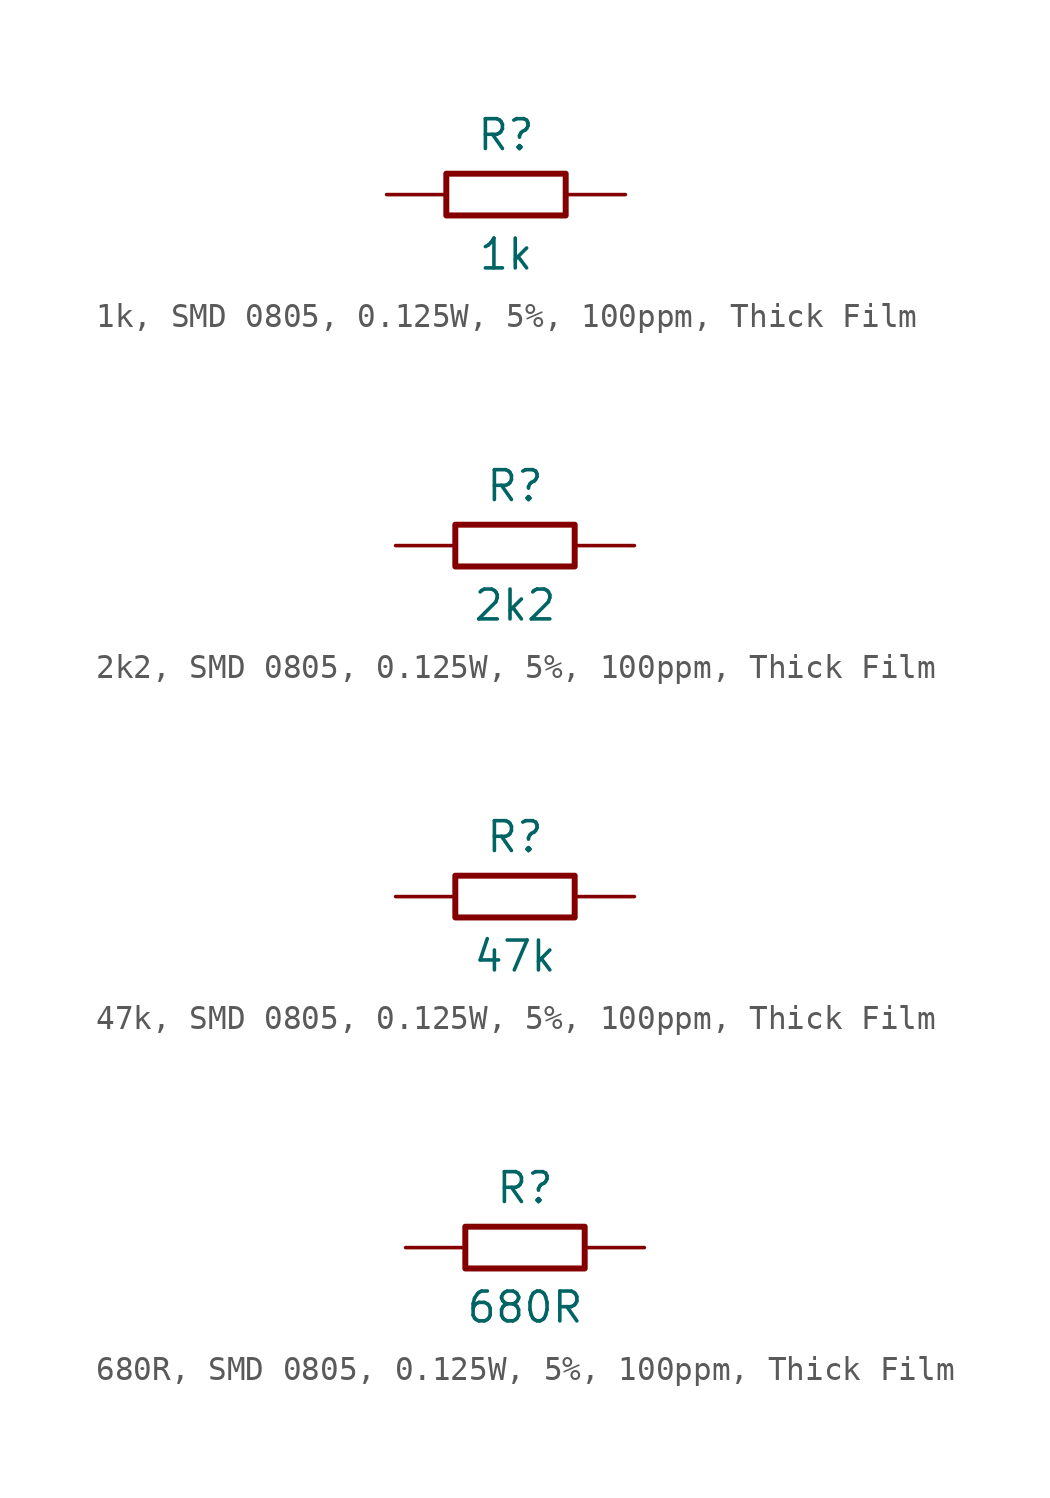
<source format=kicad_sym>
(kicad_symbol_lib
  (version 20231120)
  (generator "kicad_symbol_editor")
  (generator_version "8.0")
  (symbol "1k, SMD 0805, 0.125W, 5%, 100ppm, Thick Film"
    (pin_numbers hide)
    (pin_names
      (offset 0) hide)
    (property "Reference" "R"
      (at 0 2.54 0)
      (effects (font (size 1.27 1.27))))
    (property "Value" "1k"
      (at 0 -2.54 0)
      (effects (font (size 1.27 1.27))))
    (symbol "1k, SMD 0805, 0.125W, 5%, 100ppm, Thick Film_0_1"
      (rectangle (start -2.54 0.889) (end 2.54 -0.889) (stroke (width 0.254) (type default)) (fill (type none))))
    (symbol "1k, SMD 0805, 0.125W, 5%, 100ppm, Thick Film_1_1"
      (pin passive line (at -5.08 0 0) (length 2.54) (name "1" (effects (font (size 1.27 1.27)))) (number "1" (effects (font (size 1.27 1.27)))))
      (pin passive line (at 5.08 0 180) (length 2.54) (name "2" (effects (font (size 1.27 1.27)))) (number "2" (effects (font (size 1.27 1.27)))))))
  (symbol "2k2, SMD 0805, 0.125W, 5%, 100ppm, Thick Film"
    (pin_numbers hide)
    (pin_names
      (offset 0) hide)
    (property "Reference" "R"
      (at 0 2.54 0)
      (effects (font (size 1.27 1.27))))
    (property "Value" "2k2"
      (at 0 -2.54 0)
      (effects (font (size 1.27 1.27))))
    (symbol "2k2, SMD 0805, 0.125W, 5%, 100ppm, Thick Film_0_1"
      (rectangle (start -2.54 0.889) (end 2.54 -0.889) (stroke (width 0.254) (type default)) (fill (type none))))
    (symbol "2k2, SMD 0805, 0.125W, 5%, 100ppm, Thick Film_1_1"
      (pin passive line (at -5.08 0 0) (length 2.54) (name "1" (effects (font (size 1.27 1.27)))) (number "1" (effects (font (size 1.27 1.27)))))
      (pin passive line (at 5.08 0 180) (length 2.54) (name "2" (effects (font (size 1.27 1.27)))) (number "2" (effects (font (size 1.27 1.27)))))))
  (symbol "47k, SMD 0805, 0.125W, 5%, 100ppm, Thick Film"
    (pin_numbers hide)
    (pin_names
      (offset 0) hide)
    (property "Reference" "R"
      (at 0 2.54 0)
      (effects (font (size 1.27 1.27))))
    (property "Value" "47k"
      (at 0 -2.54 0)
      (effects (font (size 1.27 1.27))))
    (symbol "47k, SMD 0805, 0.125W, 5%, 100ppm, Thick Film_0_1"
      (rectangle (start -2.54 0.889) (end 2.54 -0.889) (stroke (width 0.254) (type default)) (fill (type none))))
    (symbol "47k, SMD 0805, 0.125W, 5%, 100ppm, Thick Film_1_1"
      (pin passive line (at -5.08 0 0) (length 2.54) (name "1" (effects (font (size 1.27 1.27)))) (number "1" (effects (font (size 1.27 1.27)))))
      (pin passive line (at 5.08 0 180) (length 2.54) (name "2" (effects (font (size 1.27 1.27)))) (number "2" (effects (font (size 1.27 1.27)))))))
  (symbol "680R, SMD 0805, 0.125W, 5%, 100ppm, Thick Film"
    (pin_numbers hide)
    (pin_names
      (offset 0) hide)
    (property "Reference" "R"
      (at 0 2.54 0)
      (effects (font (size 1.27 1.27))))
    (property "Value" "680R"
      (at 0 -2.54 0)
      (effects (font (size 1.27 1.27))))
    (symbol "680R, SMD 0805, 0.125W, 5%, 100ppm, Thick Film_0_1"
      (rectangle (start -2.54 0.889) (end 2.54 -0.889) (stroke (width 0.254) (type default)) (fill (type none))))
    (symbol "680R, SMD 0805, 0.125W, 5%, 100ppm, Thick Film_1_1"
      (pin passive line (at -5.08 0 0) (length 2.54) (name "1" (effects (font (size 1.27 1.27)))) (number "1" (effects (font (size 1.27 1.27)))))
      (pin passive line (at 5.08 0 180) (length 2.54) (name "2" (effects (font (size 1.27 1.27)))) (number "2" (effects (font (size 1.27 1.27))))))))
</source>
